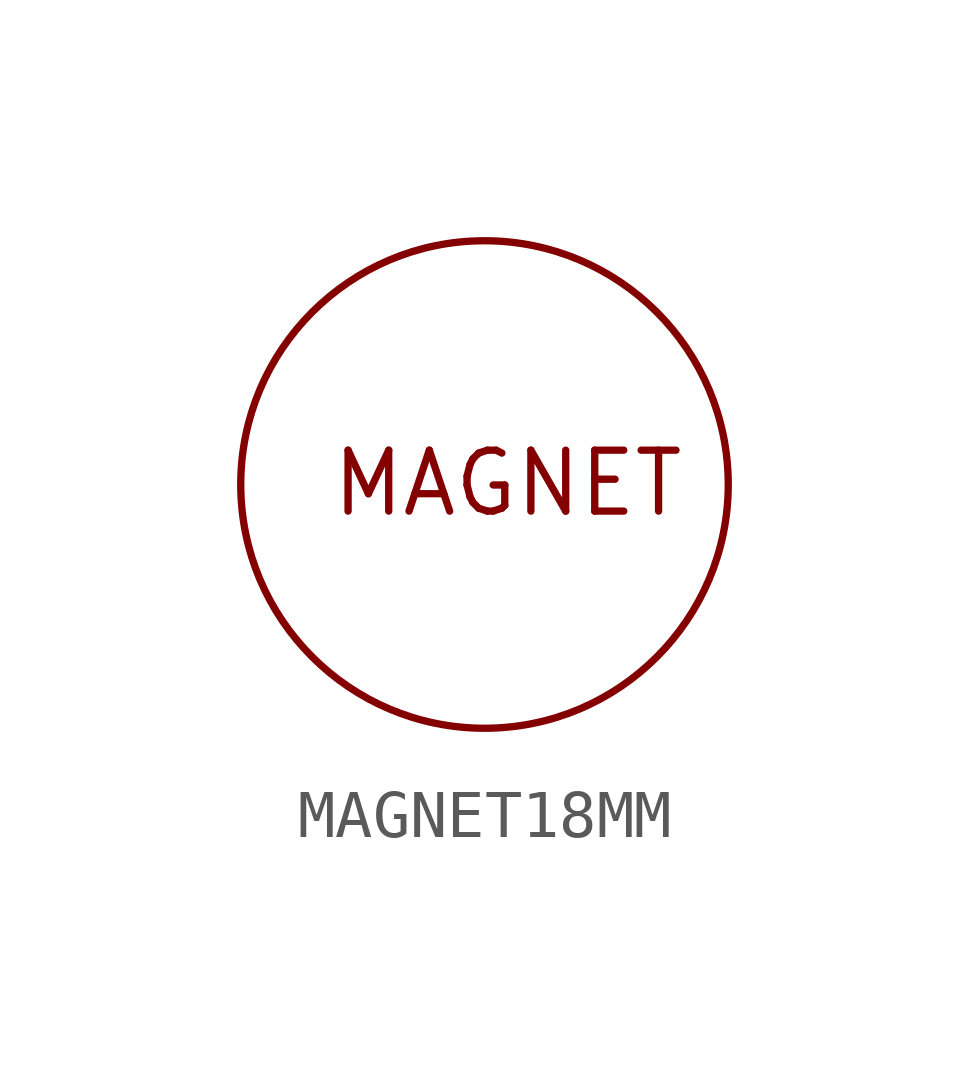
<source format=kicad_sym>
(kicad_symbol_lib
  (version 20211014)
  (generator kicad_symbol_editor)
  (symbol "MAGNET18MM"
    (pin_numbers hide)
    (pin_names
      (offset 1.016) hide)
    (property "Reference" "M"
      (at 0 0 0)
      (effects (font (size 1.27 1.27)) hide))
    (property "ki_locked" ""
      (at 0 0 0)
      (effects (font (size 1.27 1.27))))
    (symbol "MAGNET18MM_1_0"
      (text "MAGNET" (at 0.483 0.025 0) (effects (font (size 1.27 1.27)))))
    (symbol "MAGNET18MM_1_1"
      (circle (center 0 0) (radius 5.08) (stroke (width 0) (type default) (color 0 0 0 0)) (fill (type none))))))
</source>
